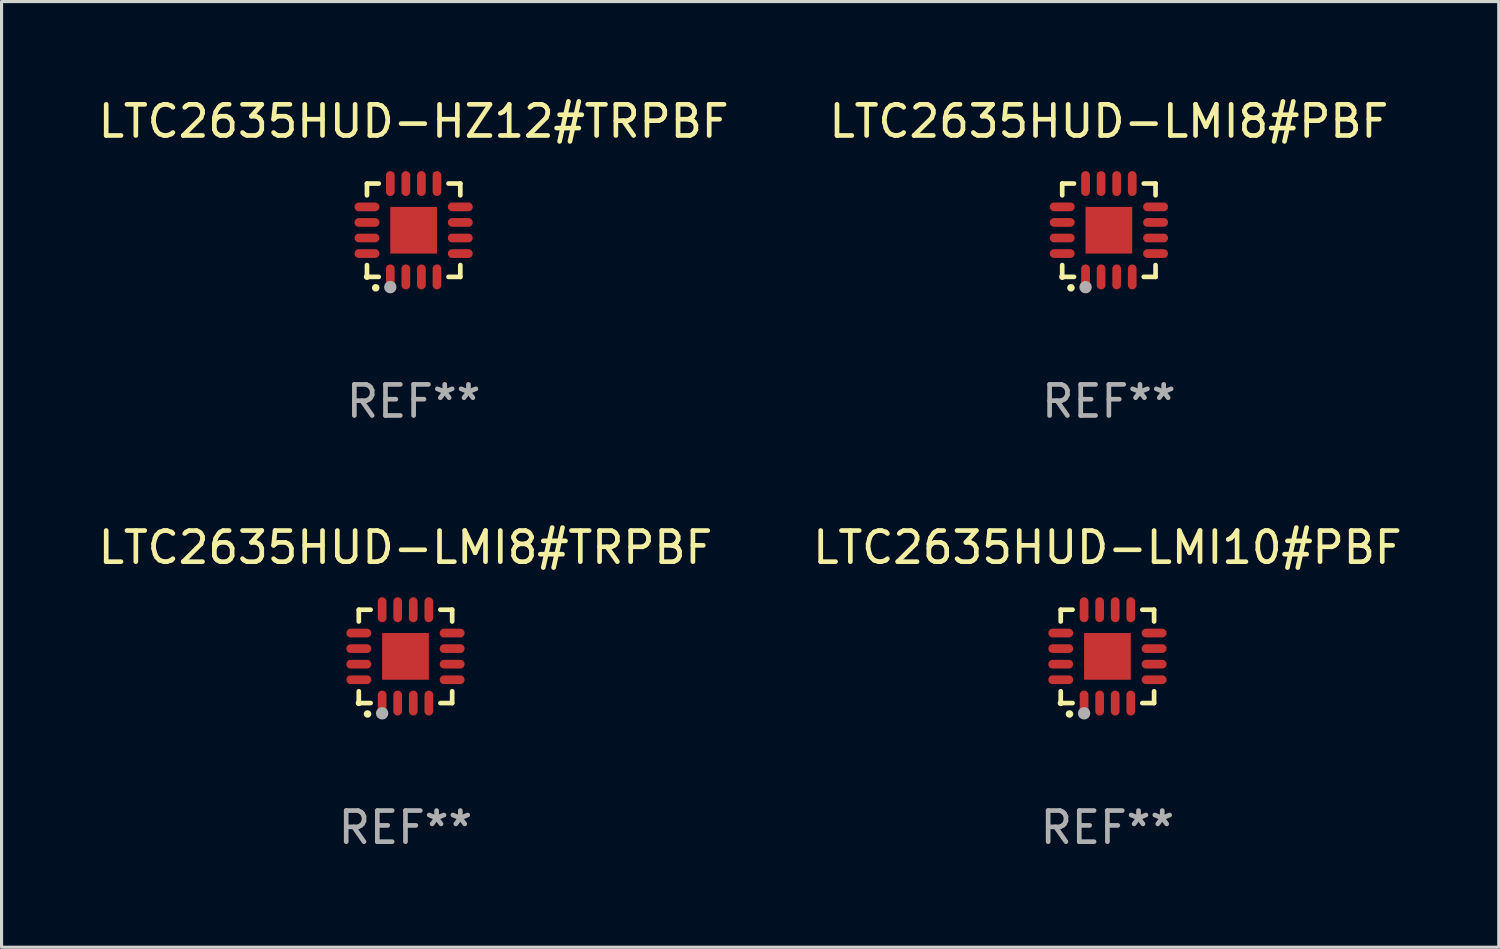
<source format=kicad_pcb>
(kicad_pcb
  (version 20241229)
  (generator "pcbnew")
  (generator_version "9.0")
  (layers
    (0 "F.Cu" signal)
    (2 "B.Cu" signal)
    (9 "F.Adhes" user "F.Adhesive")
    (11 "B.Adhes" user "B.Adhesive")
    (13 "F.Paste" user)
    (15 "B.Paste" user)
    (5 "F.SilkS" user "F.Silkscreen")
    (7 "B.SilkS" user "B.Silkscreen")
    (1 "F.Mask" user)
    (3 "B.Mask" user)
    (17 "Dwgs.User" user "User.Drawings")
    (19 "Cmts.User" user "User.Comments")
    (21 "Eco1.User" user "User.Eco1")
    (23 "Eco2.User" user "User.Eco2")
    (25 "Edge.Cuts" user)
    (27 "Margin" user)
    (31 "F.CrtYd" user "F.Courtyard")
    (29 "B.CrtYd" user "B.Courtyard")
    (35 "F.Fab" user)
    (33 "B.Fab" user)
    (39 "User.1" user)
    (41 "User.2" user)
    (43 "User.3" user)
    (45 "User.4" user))
  (footprint "LTC2635HUD-LMI8#TRPBF"
    (layer "F.Cu")
    (at 9.982 18.046)
    (property "Reference" "LTC2635HUD-LMI8#TRPBF" (at 0 -3.5 0) (layer "F.SilkS") (effects (font (size 1 1) (thickness 0.15))))
    (attr through_hole)
    (fp_line (start -1.5 -1.5) (end -1.121 -1.5) (stroke (width 0.15) (type solid)) (layer "F.SilkS"))
    (fp_line (start -1.5 -1.122) (end -1.5 -1.5) (stroke (width 0.15) (type solid)) (layer "F.SilkS"))
    (fp_line (start -1.5 1.5) (end -1.5 1.121) (stroke (width 0.15) (type solid)) (layer "F.SilkS"))
    (fp_line (start -1.121 1.5) (end -1.5 1.5) (stroke (width 0.15) (type solid)) (layer "F.SilkS"))
    (fp_line (start 1.121 -1.5) (end 1.5 -1.5) (stroke (width 0.15) (type solid)) (layer "F.SilkS"))
    (fp_line (start 1.5 -1.5) (end 1.5 -1.122) (stroke (width 0.15) (type solid)) (layer "F.SilkS"))
    (fp_line (start 1.5 1.121) (end 1.5 1.5) (stroke (width 0.15) (type solid)) (layer "F.SilkS"))
    (fp_line (start 1.5 1.5) (end 1.121 1.5) (stroke (width 0.15) (type solid)) (layer "F.SilkS"))
    (fp_arc (start -1.219926 1.850254) (mid -1.21891 1.85025) (end -1.217894 1.850254) (stroke (width 0.240005) (type solid)) (layer "F.SilkS"))
    (fp_circle (center -1.5 1.5) (end -1.45 1.5) (stroke (width 0.1) (type solid)) (fill no) (layer "F.SilkS"))
    (fp_circle (center -0.75 1.83) (end -0.65 1.83) (stroke (width 0.2) (type solid)) (fill no) (layer "F.Fab"))
    (fp_text user "REF**" (at 0 5.5 0) (layer "F.Fab") (effects (font (size 1 1) (thickness 0.15))))
    (pad "1" smd oval (at -0.75 1.5) (size 0.28 0.8) (layers "F.Cu" "F.Mask" "F.Paste"))
    (pad "2" smd oval (at -0.25 1.5) (size 0.28 0.8) (layers "F.Cu" "F.Mask" "F.Paste"))
    (pad "3" smd oval (at 0.25 1.5) (size 0.28 0.8) (layers "F.Cu" "F.Mask" "F.Paste"))
    (pad "4" smd oval (at 0.75 1.5) (size 0.28 0.8) (layers "F.Cu" "F.Mask" "F.Paste"))
    (pad "5" smd oval (at 1.5 0.75) (size 0.8 0.28) (layers "F.Cu" "F.Mask" "F.Paste"))
    (pad "6" smd oval (at 1.5 0.25) (size 0.8 0.28) (layers "F.Cu" "F.Mask" "F.Paste"))
    (pad "7" smd oval (at 1.5 -0.25) (size 0.8 0.28) (layers "F.Cu" "F.Mask" "F.Paste"))
    (pad "8" smd oval (at 1.5 -0.75) (size 0.8 0.28) (layers "F.Cu" "F.Mask" "F.Paste"))
    (pad "9" smd oval (at 0.75 -1.5) (size 0.28 0.8) (layers "F.Cu" "F.Mask" "F.Paste"))
    (pad "10" smd oval (at 0.25 -1.5) (size 0.28 0.8) (layers "F.Cu" "F.Mask" "F.Paste"))
    (pad "11" smd oval (at -0.25 -1.5) (size 0.28 0.8) (layers "F.Cu" "F.Mask" "F.Paste"))
    (pad "12" smd oval (at -0.75 -1.5) (size 0.28 0.8) (layers "F.Cu" "F.Mask" "F.Paste"))
    (pad "13" smd oval (at -1.5 -0.75) (size 0.8 0.28) (layers "F.Cu" "F.Mask" "F.Paste"))
    (pad "14" smd oval (at -1.5 -0.25) (size 0.8 0.28) (layers "F.Cu" "F.Mask" "F.Paste"))
    (pad "15" smd oval (at -1.5 0.25) (size 0.8 0.28) (layers "F.Cu" "F.Mask" "F.Paste"))
    (pad "16" smd oval (at -1.5 0.75) (size 0.8 0.28) (layers "F.Cu" "F.Mask" "F.Paste"))
    (pad "17" smd rect (at -0.000064 0.000165) (size 1.5 1.5) (layers "F.Cu" "F.Mask" "F.Paste")))
  (footprint "LTC2635HUD-LMI8#PBF"
    (layer "F.Cu")
    (at 32.589 4.349)
    (property "Reference" "LTC2635HUD-LMI8#PBF" (at 0 -3.5 0) (layer "F.SilkS") (effects (font (size 1 1) (thickness 0.15))))
    (attr through_hole)
    (fp_line (start -1.5 -1.5) (end -1.121 -1.5) (stroke (width 0.15) (type solid)) (layer "F.SilkS"))
    (fp_line (start -1.5 -1.122) (end -1.5 -1.5) (stroke (width 0.15) (type solid)) (layer "F.SilkS"))
    (fp_line (start -1.5 1.5) (end -1.5 1.121) (stroke (width 0.15) (type solid)) (layer "F.SilkS"))
    (fp_line (start -1.121 1.5) (end -1.5 1.5) (stroke (width 0.15) (type solid)) (layer "F.SilkS"))
    (fp_line (start 1.121 -1.5) (end 1.5 -1.5) (stroke (width 0.15) (type solid)) (layer "F.SilkS"))
    (fp_line (start 1.5 -1.5) (end 1.5 -1.122) (stroke (width 0.15) (type solid)) (layer "F.SilkS"))
    (fp_line (start 1.5 1.121) (end 1.5 1.5) (stroke (width 0.15) (type solid)) (layer "F.SilkS"))
    (fp_line (start 1.5 1.5) (end 1.121 1.5) (stroke (width 0.15) (type solid)) (layer "F.SilkS"))
    (fp_arc (start -1.219926 1.850254) (mid -1.21891 1.85025) (end -1.217894 1.850254) (stroke (width 0.240005) (type solid)) (layer "F.SilkS"))
    (fp_circle (center -1.5 1.5) (end -1.45 1.5) (stroke (width 0.1) (type solid)) (fill no) (layer "F.SilkS"))
    (fp_circle (center -0.75 1.83) (end -0.65 1.83) (stroke (width 0.2) (type solid)) (fill no) (layer "F.Fab"))
    (fp_text user "REF**" (at 0 5.5 0) (layer "F.Fab") (effects (font (size 1 1) (thickness 0.15))))
    (pad "1" smd oval (at -0.75 1.5) (size 0.28 0.8) (layers "F.Cu" "F.Mask" "F.Paste"))
    (pad "2" smd oval (at -0.25 1.5) (size 0.28 0.8) (layers "F.Cu" "F.Mask" "F.Paste"))
    (pad "3" smd oval (at 0.25 1.5) (size 0.28 0.8) (layers "F.Cu" "F.Mask" "F.Paste"))
    (pad "4" smd oval (at 0.75 1.5) (size 0.28 0.8) (layers "F.Cu" "F.Mask" "F.Paste"))
    (pad "5" smd oval (at 1.5 0.75) (size 0.8 0.28) (layers "F.Cu" "F.Mask" "F.Paste"))
    (pad "6" smd oval (at 1.5 0.25) (size 0.8 0.28) (layers "F.Cu" "F.Mask" "F.Paste"))
    (pad "7" smd oval (at 1.5 -0.25) (size 0.8 0.28) (layers "F.Cu" "F.Mask" "F.Paste"))
    (pad "8" smd oval (at 1.5 -0.75) (size 0.8 0.28) (layers "F.Cu" "F.Mask" "F.Paste"))
    (pad "9" smd oval (at 0.75 -1.5) (size 0.28 0.8) (layers "F.Cu" "F.Mask" "F.Paste"))
    (pad "10" smd oval (at 0.25 -1.5) (size 0.28 0.8) (layers "F.Cu" "F.Mask" "F.Paste"))
    (pad "11" smd oval (at -0.25 -1.5) (size 0.28 0.8) (layers "F.Cu" "F.Mask" "F.Paste"))
    (pad "12" smd oval (at -0.75 -1.5) (size 0.28 0.8) (layers "F.Cu" "F.Mask" "F.Paste"))
    (pad "13" smd oval (at -1.5 -0.75) (size 0.8 0.28) (layers "F.Cu" "F.Mask" "F.Paste"))
    (pad "14" smd oval (at -1.5 -0.25) (size 0.8 0.28) (layers "F.Cu" "F.Mask" "F.Paste"))
    (pad "15" smd oval (at -1.5 0.25) (size 0.8 0.28) (layers "F.Cu" "F.Mask" "F.Paste"))
    (pad "16" smd oval (at -1.5 0.75) (size 0.8 0.28) (layers "F.Cu" "F.Mask" "F.Paste"))
    (pad "17" smd rect (at -0.000064 0.000165) (size 1.5 1.5) (layers "F.Cu" "F.Mask" "F.Paste")))
  (footprint "LTC2635HUD-LMI10#PBF"
    (layer "F.Cu")
    (at 32.542 18.046)
    (property "Reference" "LTC2635HUD-LMI10#PBF" (at 0 -3.5 0) (layer "F.SilkS") (effects (font (size 1 1) (thickness 0.15))))
    (attr through_hole)
    (fp_line (start -1.5 -1.5) (end -1.121 -1.5) (stroke (width 0.15) (type solid)) (layer "F.SilkS"))
    (fp_line (start -1.5 -1.122) (end -1.5 -1.5) (stroke (width 0.15) (type solid)) (layer "F.SilkS"))
    (fp_line (start -1.5 1.5) (end -1.5 1.121) (stroke (width 0.15) (type solid)) (layer "F.SilkS"))
    (fp_line (start -1.121 1.5) (end -1.5 1.5) (stroke (width 0.15) (type solid)) (layer "F.SilkS"))
    (fp_line (start 1.121 -1.5) (end 1.5 -1.5) (stroke (width 0.15) (type solid)) (layer "F.SilkS"))
    (fp_line (start 1.5 -1.5) (end 1.5 -1.122) (stroke (width 0.15) (type solid)) (layer "F.SilkS"))
    (fp_line (start 1.5 1.121) (end 1.5 1.5) (stroke (width 0.15) (type solid)) (layer "F.SilkS"))
    (fp_line (start 1.5 1.5) (end 1.121 1.5) (stroke (width 0.15) (type solid)) (layer "F.SilkS"))
    (fp_arc (start -1.219926 1.850254) (mid -1.21891 1.85025) (end -1.217894 1.850254) (stroke (width 0.240005) (type solid)) (layer "F.SilkS"))
    (fp_circle (center -1.5 1.5) (end -1.45 1.5) (stroke (width 0.1) (type solid)) (fill no) (layer "F.SilkS"))
    (fp_circle (center -0.75 1.83) (end -0.65 1.83) (stroke (width 0.2) (type solid)) (fill no) (layer "F.Fab"))
    (fp_text user "REF**" (at 0 5.5 0) (layer "F.Fab") (effects (font (size 1 1) (thickness 0.15))))
    (pad "1" smd oval (at -0.75 1.5) (size 0.28 0.8) (layers "F.Cu" "F.Mask" "F.Paste"))
    (pad "2" smd oval (at -0.25 1.5) (size 0.28 0.8) (layers "F.Cu" "F.Mask" "F.Paste"))
    (pad "3" smd oval (at 0.25 1.5) (size 0.28 0.8) (layers "F.Cu" "F.Mask" "F.Paste"))
    (pad "4" smd oval (at 0.75 1.5) (size 0.28 0.8) (layers "F.Cu" "F.Mask" "F.Paste"))
    (pad "5" smd oval (at 1.5 0.75) (size 0.8 0.28) (layers "F.Cu" "F.Mask" "F.Paste"))
    (pad "6" smd oval (at 1.5 0.25) (size 0.8 0.28) (layers "F.Cu" "F.Mask" "F.Paste"))
    (pad "7" smd oval (at 1.5 -0.25) (size 0.8 0.28) (layers "F.Cu" "F.Mask" "F.Paste"))
    (pad "8" smd oval (at 1.5 -0.75) (size 0.8 0.28) (layers "F.Cu" "F.Mask" "F.Paste"))
    (pad "9" smd oval (at 0.75 -1.5) (size 0.28 0.8) (layers "F.Cu" "F.Mask" "F.Paste"))
    (pad "10" smd oval (at 0.25 -1.5) (size 0.28 0.8) (layers "F.Cu" "F.Mask" "F.Paste"))
    (pad "11" smd oval (at -0.25 -1.5) (size 0.28 0.8) (layers "F.Cu" "F.Mask" "F.Paste"))
    (pad "12" smd oval (at -0.75 -1.5) (size 0.28 0.8) (layers "F.Cu" "F.Mask" "F.Paste"))
    (pad "13" smd oval (at -1.5 -0.75) (size 0.8 0.28) (layers "F.Cu" "F.Mask" "F.Paste"))
    (pad "14" smd oval (at -1.5 -0.25) (size 0.8 0.28) (layers "F.Cu" "F.Mask" "F.Paste"))
    (pad "15" smd oval (at -1.5 0.25) (size 0.8 0.28) (layers "F.Cu" "F.Mask" "F.Paste"))
    (pad "16" smd oval (at -1.5 0.75) (size 0.8 0.28) (layers "F.Cu" "F.Mask" "F.Paste"))
    (pad "17" smd rect (at -0.000064 0.000165) (size 1.5 1.5) (layers "F.Cu" "F.Mask" "F.Paste")))
  (footprint "LTC2635HUD-HZ12#TRPBF"
    (layer "F.Cu")
    (at 10.244 4.349)
    (property "Reference" "LTC2635HUD-HZ12#TRPBF" (at 0 -3.5 0) (layer "F.SilkS") (effects (font (size 1 1) (thickness 0.15))))
    (attr through_hole)
    (fp_line (start -1.5 -1.5) (end -1.121 -1.5) (stroke (width 0.15) (type solid)) (layer "F.SilkS"))
    (fp_line (start -1.5 -1.122) (end -1.5 -1.5) (stroke (width 0.15) (type solid)) (layer "F.SilkS"))
    (fp_line (start -1.5 1.5) (end -1.5 1.121) (stroke (width 0.15) (type solid)) (layer "F.SilkS"))
    (fp_line (start -1.121 1.5) (end -1.5 1.5) (stroke (width 0.15) (type solid)) (layer "F.SilkS"))
    (fp_line (start 1.121 -1.5) (end 1.5 -1.5) (stroke (width 0.15) (type solid)) (layer "F.SilkS"))
    (fp_line (start 1.5 -1.5) (end 1.5 -1.122) (stroke (width 0.15) (type solid)) (layer "F.SilkS"))
    (fp_line (start 1.5 1.121) (end 1.5 1.5) (stroke (width 0.15) (type solid)) (layer "F.SilkS"))
    (fp_line (start 1.5 1.5) (end 1.121 1.5) (stroke (width 0.15) (type solid)) (layer "F.SilkS"))
    (fp_arc (start -1.219926 1.850254) (mid -1.21891 1.85025) (end -1.217894 1.850254) (stroke (width 0.240005) (type solid)) (layer "F.SilkS"))
    (fp_circle (center -1.5 1.5) (end -1.45 1.5) (stroke (width 0.1) (type solid)) (fill no) (layer "F.SilkS"))
    (fp_circle (center -0.75 1.83) (end -0.65 1.83) (stroke (width 0.2) (type solid)) (fill no) (layer "F.Fab"))
    (fp_text user "REF**" (at 0 5.5 0) (layer "F.Fab") (effects (font (size 1 1) (thickness 0.15))))
    (pad "1" smd oval (at -0.75 1.5) (size 0.28 0.8) (layers "F.Cu" "F.Mask" "F.Paste"))
    (pad "2" smd oval (at -0.25 1.5) (size 0.28 0.8) (layers "F.Cu" "F.Mask" "F.Paste"))
    (pad "3" smd oval (at 0.25 1.5) (size 0.28 0.8) (layers "F.Cu" "F.Mask" "F.Paste"))
    (pad "4" smd oval (at 0.75 1.5) (size 0.28 0.8) (layers "F.Cu" "F.Mask" "F.Paste"))
    (pad "5" smd oval (at 1.5 0.75) (size 0.8 0.28) (layers "F.Cu" "F.Mask" "F.Paste"))
    (pad "6" smd oval (at 1.5 0.25) (size 0.8 0.28) (layers "F.Cu" "F.Mask" "F.Paste"))
    (pad "7" smd oval (at 1.5 -0.25) (size 0.8 0.28) (layers "F.Cu" "F.Mask" "F.Paste"))
    (pad "8" smd oval (at 1.5 -0.75) (size 0.8 0.28) (layers "F.Cu" "F.Mask" "F.Paste"))
    (pad "9" smd oval (at 0.75 -1.5) (size 0.28 0.8) (layers "F.Cu" "F.Mask" "F.Paste"))
    (pad "10" smd oval (at 0.25 -1.5) (size 0.28 0.8) (layers "F.Cu" "F.Mask" "F.Paste"))
    (pad "11" smd oval (at -0.25 -1.5) (size 0.28 0.8) (layers "F.Cu" "F.Mask" "F.Paste"))
    (pad "12" smd oval (at -0.75 -1.5) (size 0.28 0.8) (layers "F.Cu" "F.Mask" "F.Paste"))
    (pad "13" smd oval (at -1.5 -0.75) (size 0.8 0.28) (layers "F.Cu" "F.Mask" "F.Paste"))
    (pad "14" smd oval (at -1.5 -0.25) (size 0.8 0.28) (layers "F.Cu" "F.Mask" "F.Paste"))
    (pad "15" smd oval (at -1.5 0.25) (size 0.8 0.28) (layers "F.Cu" "F.Mask" "F.Paste"))
    (pad "16" smd oval (at -1.5 0.75) (size 0.8 0.28) (layers "F.Cu" "F.Mask" "F.Paste"))
    (pad "17" smd rect (at -0.000064 0.000165) (size 1.5 1.5) (layers "F.Cu" "F.Mask" "F.Paste")))
  (gr_rect
    (start -3 -3)
    (end 45.119 27.394)
    (stroke (width 0.1) (type default))
    (fill no)
    (layer "Edge.Cuts")))
</source>
